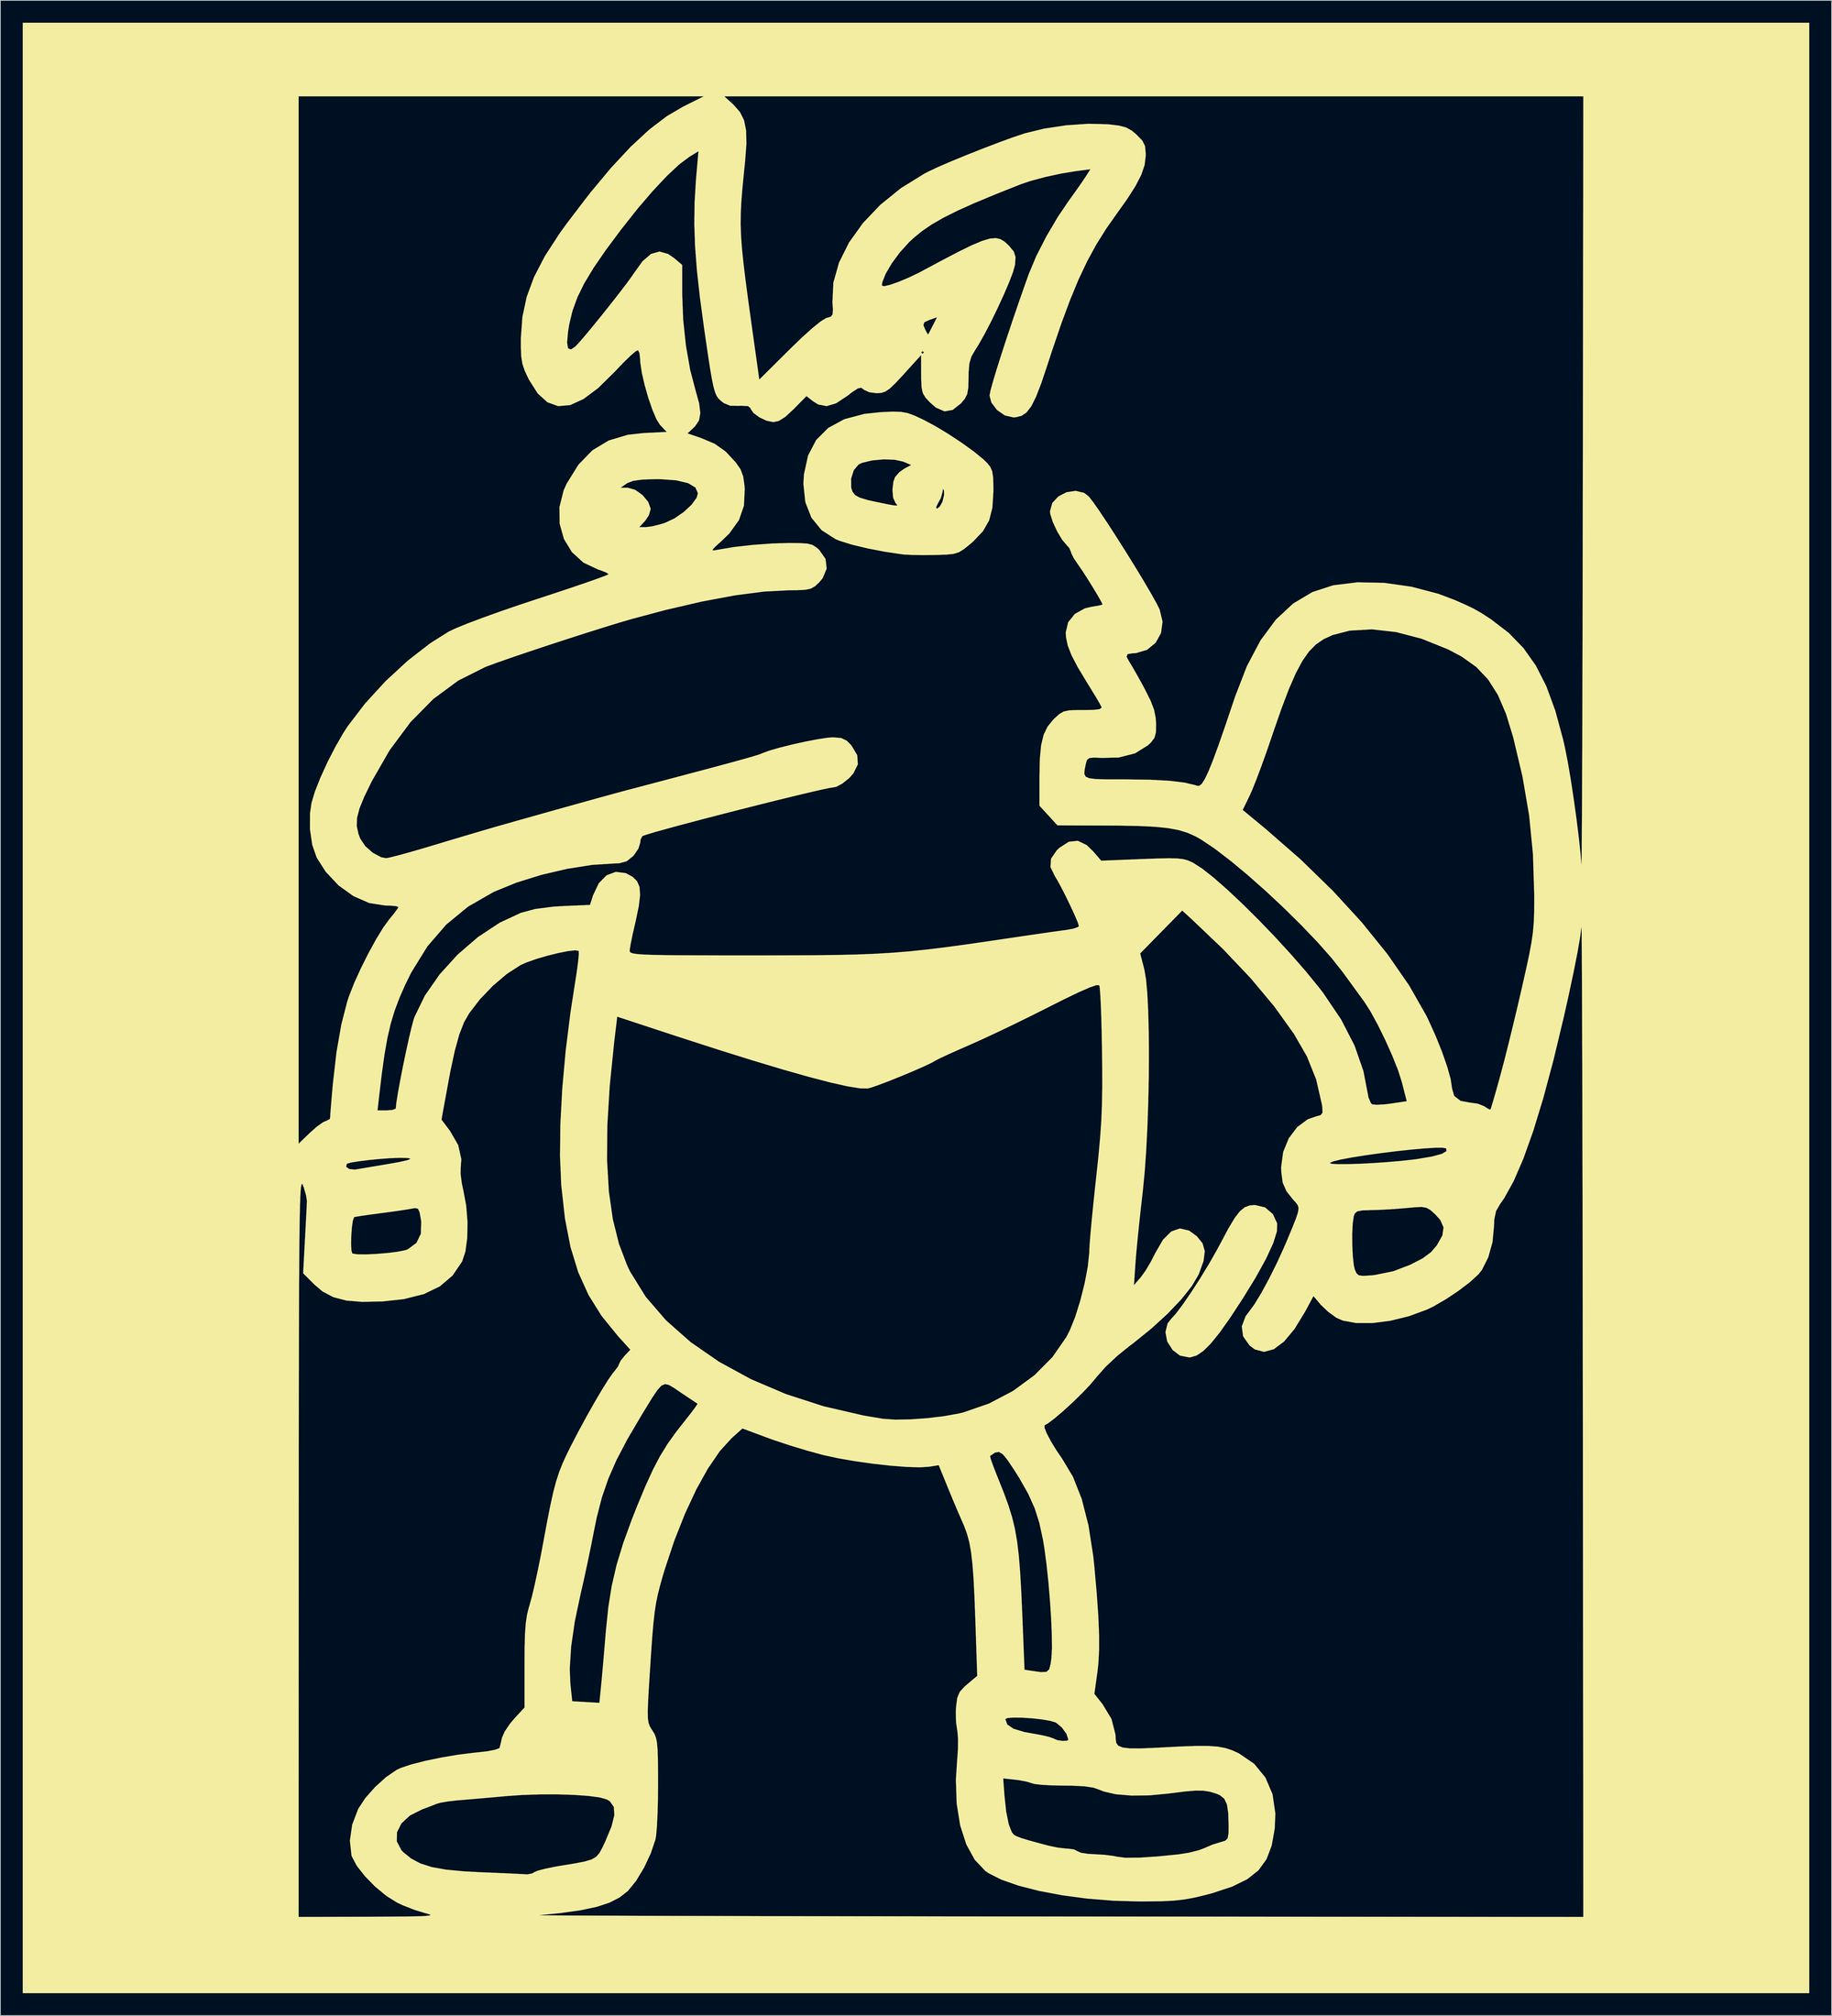
<source format=kicad_pcb>
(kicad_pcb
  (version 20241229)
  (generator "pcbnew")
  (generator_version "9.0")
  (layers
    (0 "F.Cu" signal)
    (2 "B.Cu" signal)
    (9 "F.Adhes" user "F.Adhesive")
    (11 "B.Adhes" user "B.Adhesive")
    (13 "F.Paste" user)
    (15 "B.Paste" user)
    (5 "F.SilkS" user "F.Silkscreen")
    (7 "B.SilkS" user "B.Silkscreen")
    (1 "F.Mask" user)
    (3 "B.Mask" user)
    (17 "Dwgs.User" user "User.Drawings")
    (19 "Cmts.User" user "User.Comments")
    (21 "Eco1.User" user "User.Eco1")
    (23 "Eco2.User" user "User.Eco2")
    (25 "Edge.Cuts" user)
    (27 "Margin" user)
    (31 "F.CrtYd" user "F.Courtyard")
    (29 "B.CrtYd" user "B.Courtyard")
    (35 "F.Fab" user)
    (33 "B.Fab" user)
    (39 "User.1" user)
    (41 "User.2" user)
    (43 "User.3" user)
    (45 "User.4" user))
  (footprint "v1invert"
    (layer "F.Cu")
    (at 119.949 132.297)
    (property "Reference" "v1invert" (at 0 0 0) (layer "F.SilkS") (effects (font (size 1.524 1.524) (thickness 0.3))))
    (attr through_hole)
    (fp_poly (pts (xy 46.866 26.782) (xy 47.915 27.676) (xy 48.495 28.928) (xy 48.461 30.007) (xy 47.963 31.591) (xy 47.01 33.661) (xy 45.611 36.198) (xy 43.895 38.991) (xy 42.208 41.568) (xy 40.792 43.57) (xy 39.598 45.051) (xy 38.577 46.065) (xy 37.68 46.667) (xy 36.857 46.909) (xy 36.642 46.919) (xy 35.447 46.68) (xy 34.462 45.93) (xy 33.729 44.779) (xy 33.499 43.518) (xy 33.785 42.364) (xy 34.217 41.807) (xy 34.929 41.013) (xy 35.888 39.732) (xy 37.007 38.101) (xy 38.198 36.252) (xy 39.372 34.32) (xy 40.441 32.441) (xy 40.904 31.574) (xy 41.942 29.629) (xy 42.773 28.239) (xy 43.476 27.316) (xy 44.132 26.771) (xy 44.819 26.515) (xy 45.508 26.458) (xy 46.866 26.782)) (stroke (width 0.01) (type solid)) (fill yes) (layer "F.SilkS"))
    (fp_poly (pts (xy -2.03 -80.043) (xy -1.129 -79.88) (xy -0.193 -79.536) (xy 0.936 -79.012) (xy 2.557 -78.151) (xy 4.358 -77.065) (xy 6.161 -75.874) (xy 7.787 -74.699) (xy 9.057 -73.66) (xy 9.525 -73.206) (xy 9.969 -72.66) (xy 10.231 -72.068) (xy 10.358 -71.232) (xy 10.394 -69.956) (xy 10.393 -69.38) (xy 10.259 -67.188) (xy 9.822 -65.469) (xy 8.995 -64.022) (xy 7.691 -62.649) (xy 7.308 -62.317) (xy 6.468 -61.632) (xy 5.794 -61.208) (xy 5.068 -60.977) (xy 4.076 -60.872) (xy 2.601 -60.824) (xy 2.545 -60.823) (xy 0.97 -60.807) (xy -0.487 -60.829) (xy -1.567 -60.884) (xy -1.764 -60.903) (xy -4.168 -61.257) (xy -6.509 -61.708) (xy -8.599 -62.212) (xy -10.255 -62.729) (xy -10.797 -62.95) (xy -12.678 -64.16) (xy -14.038 -65.828) (xy -14.59 -67.233) (xy 2.688 -67.233) (xy 2.811 -67.028) (xy 3.199 -67.321) (xy 3.551 -67.97) (xy 3.768 -68.859) (xy 3.759 -69.469) (xy 3.634 -69.724) (xy 3.569 -69.311) (xy 3.337 -68.474) (xy 2.979 -67.812) (xy 2.688 -67.233) (xy -14.59 -67.233) (xy -14.857 -67.914) (xy -15.119 -70.382) (xy -15.079 -71.077) (xy -8.712 -71.077) (xy -8.706 -69.879) (xy -8.541 -69.343) (xy -8.194 -68.875) (xy -7.544 -68.513) (xy -6.435 -68.186) (xy -5.586 -67.998) (xy -4.055 -67.682) (xy -3.105 -67.502) (xy -2.628 -67.451) (xy -2.515 -67.522) (xy -2.655 -67.707) (xy -2.752 -67.804) (xy -3.066 -68.51) (xy -3.162 -69.571) (xy -3.032 -70.67) (xy -2.813 -71.278) (xy -2.233 -71.946) (xy -1.541 -72.431) (xy -0.63 -72.908) (xy -1.738 -73.367) (xy -2.878 -73.618) (xy -4.362 -73.664) (xy -5.9 -73.522) (xy -7.198 -73.213) (xy -7.704 -72.979) (xy -8.355 -72.211) (xy -8.712 -71.077) (xy -15.079 -71.077) (xy -15.046 -71.642) (xy -14.491 -74.181) (xy -13.403 -76.262) (xy -11.781 -77.886) (xy -9.622 -79.055) (xy -6.923 -79.771) (xy -4.713 -80.004) (xy -3.143 -80.07) (xy -2.03 -80.043)) (stroke (width 0.01) (type solid)) (fill yes) (layer "F.SilkS"))
    (fp_poly (pts (xy 119.944 132.292) (xy -119.944 132.292) (xy -119.944 122.061) (xy -82.903 122.061) (xy -73.466 122.031) (xy -70.668 122.019) (xy -68.516 122.002) (xy -66.951 121.975) (xy -65.913 121.934) (xy -65.343 121.876) (xy -65.235 121.823) (xy -50.624 121.823) (xy -50.417 121.835) (xy -49.538 121.847) (xy -48.018 121.86) (xy -45.89 121.872) (xy -43.186 121.885) (xy -39.939 121.897) (xy -36.181 121.91) (xy -31.944 121.922) (xy -27.262 121.933) (xy -22.166 121.945) (xy -16.689 121.956) (xy -10.864 121.966) (xy -4.722 121.975) (xy 1.703 121.984) (xy 8.379 121.992) (xy 15.274 121.999) (xy 18.785 122.002) (xy 89.606 122.061) (xy 89.544 54.769) (xy 89.537 47.959) (xy 89.529 41.356) (xy 89.52 34.991) (xy 89.51 28.898) (xy 89.5 23.11) (xy 89.488 17.661) (xy 89.476 12.582) (xy 89.464 7.908) (xy 89.451 3.672) (xy 89.438 -0.094) (xy 89.425 -3.356) (xy 89.411 -6.08) (xy 89.398 -8.235) (xy 89.384 -9.787) (xy 89.371 -10.702) (xy 89.358 -10.948) (xy 89.356 -10.936) (xy 89.18 -9.526) (xy 88.827 -7.48) (xy 88.307 -4.842) (xy 87.628 -1.657) (xy 86.981 1.235) (xy 85.597 7.01) (xy 84.234 12.098) (xy 82.892 16.495) (xy 81.572 20.198) (xy 80.276 23.204) (xy 79.004 25.509) (xy 78.442 26.315) (xy 77.892 27.265) (xy 77.647 28.401) (xy 77.611 29.339) (xy 77.407 31.458) (xy 76.845 33.476) (xy 76.002 35.155) (xy 75.536 35.755) (xy 74.412 36.79) (xy 72.875 37.961) (xy 71.153 39.11) (xy 69.477 40.08) (xy 68.615 40.498) (xy 66.179 41.395) (xy 63.685 42.005) (xy 61.278 42.314) (xy 59.104 42.309) (xy 57.308 41.977) (xy 56.444 41.599) (xy 55.353 40.805) (xy 54.358 39.858) (xy 54.291 39.78) (xy 53.371 38.692) (xy 52.249 40.777) (xy 50.823 43.112) (xy 49.417 44.798) (xy 48.049 45.823) (xy 46.736 46.177) (xy 45.495 45.85) (xy 44.785 45.315) (xy 43.923 44.088) (xy 43.747 42.761) (xy 44.258 41.4) (xy 44.722 40.784) (xy 45.469 39.762) (xy 46.395 38.231) (xy 47.421 36.341) (xy 48.467 34.239) (xy 49.456 32.073) (xy 49.77 31.335) (xy 50.196 30.311) (xy 58.575 30.311) (xy 58.582 31.875) (xy 58.656 33.38) (xy 58.793 34.587) (xy 58.924 35.128) (xy 59.154 35.639) (xy 59.471 35.906) (xy 60.061 35.979) (xy 61.109 35.913) (xy 61.563 35.871) (xy 64.121 35.348) (xy 66.403 34.472) (xy 68.023 33.631) (xy 69.146 32.803) (xy 69.938 31.881) (xy 70.684 30.551) (xy 70.839 29.462) (xy 70.395 28.456) (xy 69.723 27.717) (xy 69.09 27.148) (xy 68.556 26.833) (xy 67.904 26.721) (xy 66.916 26.765) (xy 65.93 26.859) (xy 64.238 27) (xy 62.451 27.103) (xy 61.16 27.142) (xy 59.949 27.182) (xy 59.264 27.31) (xy 58.925 27.59) (xy 58.783 27.958) (xy 58.641 28.926) (xy 58.575 30.311) (xy 50.196 30.311) (xy 50.515 29.547) (xy 51.017 28.29) (xy 51.296 27.442) (xy 51.374 26.882) (xy 51.27 26.487) (xy 51.006 26.134) (xy 50.71 25.817) (xy 49.759 24.63) (xy 49.242 23.457) (xy 49.048 22.002) (xy 49.036 21.352) (xy 49.108 20.818) (xy 55.56 20.818) (xy 55.804 20.927) (xy 56.626 20.978) (xy 57.901 20.975) (xy 59.506 20.926) (xy 61.316 20.834) (xy 63.207 20.706) (xy 65.053 20.548) (xy 66.732 20.364) (xy 67.331 20.285) (xy 69.308 19.948) (xy 70.614 19.592) (xy 71.239 19.222) (xy 71.191 18.862) (xy 70.713 18.767) (xy 69.666 18.774) (xy 68.177 18.868) (xy 66.373 19.031) (xy 64.38 19.249) (xy 62.326 19.506) (xy 60.336 19.785) (xy 58.538 20.071) (xy 57.059 20.348) (xy 56.025 20.601) (xy 55.564 20.813) (xy 55.56 20.818) (xy 49.108 20.818) (xy 49.307 19.34) (xy 50.055 17.511) (xy 51.186 16.002) (xy 52.604 14.954) (xy 53.694 14.573) (xy 54.339 14.394) (xy 54.592 14.058) (xy 54.561 13.339) (xy 54.498 12.916) (xy 53.738 9.61) (xy 52.496 6.505) (xy 50.759 3.494) (xy 48.105 -0.208) (xy 44.941 -3.994) (xy 41.218 -7.919) (xy 37.012 -11.924) (xy 35.747 -13.078) (xy 30.102 -7.318) (xy 30.661 -5.158) (xy 30.884 -3.867) (xy 31.056 -1.977) (xy 31.178 0.406) (xy 31.251 3.177) (xy 31.276 6.231) (xy 31.254 9.461) (xy 31.184 12.764) (xy 31.069 16.034) (xy 30.909 19.164) (xy 30.704 22.051) (xy 30.456 24.589) (xy 30.444 24.694) (xy 30.178 27.021) (xy 29.927 29.347) (xy 29.711 31.485) (xy 29.547 33.25) (xy 29.471 34.219) (xy 29.267 37.218) (xy 30.189 36.16) (xy 30.832 35.269) (xy 31.568 34.023) (xy 32.128 32.922) (xy 33.166 31.122) (xy 34.273 30.017) (xy 35.444 29.611) (xy 36.674 29.904) (xy 37.71 30.657) (xy 38.476 31.601) (xy 38.776 32.656) (xy 38.616 33.963) (xy 38.002 35.662) (xy 37.925 35.839) (xy 37.03 37.361) (xy 35.617 39.135) (xy 33.78 41.063) (xy 31.613 43.047) (xy 29.21 44.989) (xy 28.671 45.392) (xy 27.017 46.728) (xy 25.471 48.181) (xy 24.273 49.526) (xy 24.186 49.64) (xy 23.382 50.595) (xy 22.287 51.745) (xy 21.035 52.965) (xy 19.763 54.131) (xy 18.604 55.118) (xy 17.694 55.8) (xy 17.271 56.032) (xy 17.252 56.371) (xy 17.562 57.144) (xy 18.124 58.208) (xy 18.864 59.419) (xy 19.608 60.501) (xy 21.073 62.953) (xy 22.251 65.928) (xy 23.156 69.469) (xy 23.801 73.617) (xy 23.943 74.965) (xy 24.266 78.593) (xy 24.478 81.62) (xy 24.584 84.145) (xy 24.585 86.262) (xy 24.485 88.069) (xy 24.359 89.178) (xy 23.951 92.103) (xy 25.05 93.49) (xy 26.252 95.485) (xy 26.785 97.566) (xy 26.811 98.134) (xy 26.884 98.683) (xy 27.164 99.069) (xy 27.745 99.31) (xy 28.721 99.425) (xy 30.185 99.43) (xy 32.23 99.345) (xy 32.954 99.305) (xy 35.61 99.166) (xy 37.68 99.095) (xy 39.281 99.102) (xy 40.528 99.194) (xy 41.54 99.382) (xy 42.432 99.674) (xy 43.322 100.079) (xy 43.377 100.106) (xy 45.413 101.501) (xy 46.919 103.34) (xy 47.872 105.579) (xy 48.254 108.175) (xy 48.167 110.204) (xy 47.764 112.465) (xy 47.068 114.299) (xy 46.002 115.782) (xy 44.488 116.986) (xy 42.449 117.987) (xy 39.806 118.858) (xy 38.842 119.116) (xy 37.357 119.471) (xy 36.012 119.715) (xy 34.612 119.869) (xy 32.965 119.951) (xy 30.875 119.98) (xy 29.986 119.981) (xy 26.472 119.88) (xy 22.985 119.595) (xy 19.633 119.148) (xy 16.522 118.56) (xy 13.76 117.853) (xy 11.455 117.047) (xy 9.714 116.165) (xy 9.323 115.892) (xy 7.89 114.382) (xy 6.754 112.311) (xy 5.937 109.77) (xy 5.464 106.847) (xy 5.357 103.634) (xy 5.368 103.458) (xy 11.708 103.458) (xy 11.88 105.792) (xy 12.113 107.955) (xy 12.45 109.614) (xy 12.87 110.693) (xy 13.144 111.02) (xy 13.498 111.224) (xy 14.107 111.458) (xy 15.088 111.759) (xy 16.559 112.165) (xy 17.856 112.508) (xy 19.072 112.757) (xy 20.214 112.885) (xy 20.393 112.889) (xy 21.225 112.993) (xy 21.696 113.242) (xy 22.142 113.441) (xy 23.066 113.587) (xy 23.922 113.636) (xy 25.254 113.712) (xy 26.467 113.861) (xy 26.988 113.969) (xy 28.125 114.113) (xy 29.939 114.102) (xy 32.433 113.937) (xy 35.278 113.655) (xy 36.685 113.428) (xy 37.982 113.1) (xy 38.714 112.821) (xy 39.83 112.344) (xy 40.915 112.009) (xy 40.919 112.008) (xy 41.536 111.826) (xy 41.851 111.501) (xy 41.966 110.832) (xy 41.981 109.906) (xy 41.933 108.151) (xy 41.756 106.959) (xy 41.398 106.192) (xy 40.809 105.712) (xy 40.359 105.516) (xy 39.481 105.246) (xy 38.59 105.106) (xy 37.519 105.094) (xy 36.102 105.211) (xy 34.172 105.454) (xy 33.968 105.482) (xy 31.384 105.731) (xy 28.957 105.763) (xy 26.841 105.587) (xy 25.189 105.209) (xy 24.69 105.002) (xy 23.826 104.7) (xy 22.612 104.515) (xy 20.905 104.432) (xy 19.855 104.422) (xy 18.26 104.394) (xy 16.89 104.317) (xy 15.923 104.206) (xy 15.587 104.116) (xy 14.884 103.893) (xy 13.814 103.693) (xy 13.35 103.634) (xy 11.708 103.458) (xy 5.368 103.458) (xy 5.503 101.361) (xy 5.628 99.652) (xy 5.648 98.158) (xy 5.56 97.097) (xy 5.528 96.952) (xy 5.379 95.904) (xy 5.369 95.491) (xy 11.994 95.491) (xy 12.262 96.222) (xy 13.1 96.792) (xy 14.56 97.23) (xy 15.522 97.405) (xy 16.84 97.642) (xy 17.889 97.889) (xy 18.469 98.097) (xy 18.503 98.122) (xy 18.993 98.325) (xy 19.696 98.423) (xy 20.287 98.391) (xy 20.461 98.265) (xy 20.203 97.473) (xy 19.579 96.608) (xy 18.819 95.979) (xy 18.747 95.943) (xy 18.007 95.721) (xy 16.892 95.532) (xy 15.581 95.388) (xy 14.256 95.301) (xy 13.096 95.283) (xy 12.282 95.346) (xy 11.994 95.491) (xy 5.369 95.491) (xy 5.345 94.558) (xy 5.38 93.862) (xy 5.536 92.662) (xy 5.859 91.86) (xy 6.501 91.147) (xy 6.88 90.818) (xy 8.223 89.69) (xy 7.972 82.229) (xy 7.856 79.133) (xy 7.73 76.64) (xy 7.58 74.646) (xy 7.394 73.048) (xy 7.158 71.743) (xy 6.857 70.627) (xy 6.48 69.597) (xy 6.259 69.084) (xy 5.715 67.839) (xy 5.039 66.245) (xy 4.36 64.608) (xy 4.234 64.299) (xy 3.051 61.395) (xy 1.712 61.609) (xy 0.479 61.684) (xy -1.283 61.63) (xy -3.414 61.464) (xy -5.752 61.204) (xy -8.137 60.869) (xy -10.409 60.476) (xy -11.844 60.165) (xy 9.943 60.165) (xy 10.018 60.507) (xy 10.311 61.349) (xy 10.77 62.541) (xy 11.035 63.2) (xy 11.791 65.095) (xy 12.404 66.773) (xy 12.893 68.346) (xy 13.277 69.928) (xy 13.575 71.63) (xy 13.807 73.566) (xy 13.99 75.847) (xy 14.145 78.587) (xy 14.29 81.898) (xy 14.319 82.62) (xy 14.566 88.863) (xy 15.485 89.005) (xy 16.762 89.183) (xy 17.509 89.151) (xy 17.895 88.802) (xy 18.089 88.029) (xy 18.187 87.287) (xy 18.258 86.01) (xy 18.242 84.193) (xy 18.149 81.994) (xy 17.991 79.57) (xy 17.78 77.08) (xy 17.525 74.681) (xy 17.239 72.533) (xy 17.059 71.438) (xy 16.567 69.157) (xy 15.933 67.164) (xy 15.062 65.223) (xy 13.855 63.101) (xy 13.181 62.032) (xy 12.298 60.707) (xy 11.653 59.923) (xy 11.128 59.613) (xy 10.607 59.709) (xy 9.97 60.143) (xy 9.943 60.165) (xy -11.844 60.165) (xy -12.406 60.043) (xy -12.541 60.009) (xy -14.599 59.447) (xy -16.869 58.76) (xy -18.99 58.06) (xy -19.855 57.75) (xy -23.306 56.467) (xy -24.766 57.779) (xy -26.325 59.487) (xy -27.919 61.81) (xy -29.505 64.657) (xy -31.036 67.942) (xy -32.471 71.576) (xy -33.765 75.472) (xy -34.02 76.331) (xy -34.384 77.623) (xy -34.674 78.775) (xy -34.906 79.908) (xy -35.096 81.145) (xy -35.26 82.608) (xy -35.416 84.419) (xy -35.578 86.7) (xy -35.747 89.316) (xy -35.891 91.623) (xy -35.984 93.336) (xy -36.021 94.566) (xy -35.998 95.421) (xy -35.91 96.013) (xy -35.751 96.452) (xy -35.518 96.847) (xy -35.403 97.016) (xy -35.125 97.469) (xy -34.923 97.97) (xy -34.786 98.636) (xy -34.702 99.585) (xy -34.656 100.934) (xy -34.637 102.802) (xy -34.634 104.185) (xy -34.652 106.295) (xy -34.707 108.262) (xy -34.793 109.931) (xy -34.901 111.153) (xy -34.986 111.654) (xy -35.619 113.528) (xy -36.529 115.462) (xy -37.584 117.21) (xy -38.65 118.527) (xy -38.722 118.597) (xy -39.807 119.445) (xy -41.164 120.139) (xy -42.883 120.704) (xy -45.051 121.163) (xy -47.758 121.541) (xy -50.624 121.823) (xy -65.235 121.823) (xy -65.183 121.797) (xy -65.371 121.693) (xy -65.85 121.561) (xy -65.907 121.547) (xy -67.347 121.105) (xy -68.921 120.488) (xy -69.673 120.137) (xy -71.139 119.216) (xy -72.634 117.977) (xy -74.002 116.58) (xy -75.091 115.186) (xy -75.745 113.953) (xy -75.8 113.78) (xy -76.006 111.919) (xy -69.717 111.919) (xy -69.111 113.086) (xy -68.852 113.361) (xy -67.791 114.218) (xy -66.552 114.876) (xy -65.025 115.364) (xy -63.099 115.71) (xy -60.666 115.941) (xy -58.385 116.06) (xy -56.427 116.139) (xy -54.693 116.215) (xy -53.317 116.281) (xy -52.433 116.33) (xy -52.193 116.349) (xy -51.491 116.205) (xy -51.294 116.064) (xy -50.806 115.854) (xy -49.799 115.588) (xy -48.453 115.312) (xy -47.784 115.197) (xy -45.858 114.881) (xy -44.496 114.621) (xy -43.569 114.347) (xy -42.947 113.987) (xy -42.499 113.472) (xy -42.097 112.73) (xy -41.704 111.889) (xy -40.877 109.895) (xy -40.503 108.378) (xy -40.58 107.277) (xy -41.106 106.529) (xy -41.541 106.267) (xy -42.491 106.006) (xy -44.007 105.805) (xy -45.949 105.668) (xy -48.18 105.6) (xy -50.561 105.605) (xy -52.954 105.687) (xy -55.033 105.833) (xy -56.966 106.008) (xy -58.869 106.175) (xy -60.509 106.316) (xy -61.56 106.402) (xy -62.828 106.542) (xy -63.894 106.729) (xy -64.382 106.871) (xy -65.198 107.197) (xy -66.233 107.585) (xy -66.322 107.617) (xy -67.956 108.439) (xy -69.095 109.496) (xy -69.697 110.689) (xy -69.717 111.919) (xy -76.006 111.919) (xy -76.016 111.823) (xy -75.704 109.67) (xy -74.898 107.551) (xy -74.89 107.536) (xy -73.943 106.099) (xy -72.633 104.618) (xy -71.165 103.292) (xy -69.743 102.317) (xy -69.259 102.08) (xy -67.842 101.601) (xy -65.932 101.112) (xy -63.736 100.654) (xy -61.466 100.272) (xy -59.328 100.007) (xy -58.966 99.974) (xy -57.601 99.818) (xy -56.546 99.618) (xy -55.969 99.407) (xy -55.913 99.342) (xy -55.756 98.729) (xy -55.58 97.963) (xy -55.221 97.154) (xy -54.53 96.13) (xy -53.963 95.454) (xy -52.564 93.936) (xy -52.564 88.758) (xy -46.497 88.758) (xy -46.41 90.778) (xy -46.161 93.098) (xy -44.336 93.204) (xy -42.51 93.31) (xy -42.282 91.017) (xy -42.167 89.797) (xy -42.015 88.085) (xy -41.843 86.09) (xy -41.671 84.024) (xy -41.639 83.639) (xy -41.312 80.464) (xy -40.849 77.578) (xy -40.201 74.782) (xy -39.317 71.876) (xy -38.147 68.661) (xy -37.448 66.895) (xy -36.333 64.216) (xy -35.345 62.046) (xy -34.394 60.225) (xy -33.39 58.59) (xy -32.243 56.98) (xy -31.166 55.605) (xy -30.314 54.527) (xy -29.681 53.683) (xy -29.36 53.201) (xy -29.343 53.136) (xy -29.67 52.921) (xy -30.428 52.415) (xy -31.465 51.721) (xy -31.632 51.609) (xy -32.516 51.008) (xy -33.174 50.621) (xy -33.701 50.507) (xy -34.192 50.723) (xy -34.741 51.327) (xy -35.445 52.378) (xy -36.397 53.933) (xy -36.959 54.857) (xy -38.778 57.953) (xy -40.208 60.683) (xy -41.319 63.219) (xy -42.182 65.731) (xy -42.867 68.39) (xy -43.203 70.026) (xy -43.638 72.236) (xy -44.129 74.602) (xy -44.614 76.841) (xy -45.035 78.669) (xy -45.035 78.669) (xy -45.822 82.4) (xy -46.313 85.797) (xy -46.497 88.758) (xy -52.564 88.758) (xy -52.564 88.113) (xy -52.55 85.77) (xy -52.498 83.985) (xy -52.397 82.614) (xy -52.233 81.508) (xy -51.994 80.523) (xy -51.869 80.114) (xy -51.569 79.022) (xy -51.188 77.407) (xy -50.764 75.441) (xy -50.334 73.297) (xy -50.073 71.905) (xy -49.55 69.082) (xy -49.106 66.834) (xy -48.707 65.035) (xy -48.319 63.565) (xy -47.907 62.299) (xy -47.436 61.115) (xy -46.871 59.89) (xy -46.434 59.006) (xy -45.4 57.007) (xy -44.303 54.978) (xy -43.213 53.043) (xy -42.202 51.325) (xy -41.342 49.946) (xy -40.702 49.03) (xy -40.54 48.837) (xy -40.044 48.203) (xy -39.864 47.801) (xy -39.644 47.35) (xy -39.114 46.696) (xy -39.112 46.693) (xy -38.359 45.892) (xy -40.047 44.025) (xy -42.219 41.347) (xy -43.974 38.537) (xy -45.352 35.487) (xy -46.394 32.091) (xy -47.139 28.241) (xy -47.629 23.829) (xy -47.64 23.689) (xy -47.778 20.432) (xy -41.489 20.432) (xy -41.244 24.637) (xy -40.711 28.374) (xy -39.886 31.689) (xy -38.766 34.626) (xy -38.378 35.429) (xy -36.286 38.796) (xy -33.565 41.952) (xy -30.269 44.867) (xy -26.45 47.51) (xy -22.164 49.849) (xy -17.463 51.853) (xy -12.4 53.491) (xy -7.03 54.733) (xy -4.41 55.171) (xy -2.811 55.283) (xy -0.76 55.248) (xy 1.509 55.087) (xy 3.762 54.817) (xy 5.766 54.457) (xy 6.35 54.317) (xy 9.81 53.121) (xy 13.027 51.43) (xy 15.9 49.326) (xy 18.322 46.887) (xy 20.191 44.193) (xy 20.645 43.314) (xy 21.377 41.495) (xy 22.064 39.299) (xy 22.648 36.968) (xy 23.069 34.743) (xy 23.269 32.864) (xy 23.278 32.512) (xy 23.318 31.722) (xy 23.428 30.354) (xy 23.595 28.531) (xy 23.809 26.377) (xy 24.057 24.013) (xy 24.189 22.811) (xy 24.5 19.892) (xy 24.727 17.416) (xy 24.882 15.176) (xy 24.973 12.967) (xy 25.01 10.581) (xy 25.003 7.813) (xy 24.983 5.997) (xy 24.941 3.584) (xy 24.885 1.397) (xy 24.817 -0.461) (xy 24.742 -1.89) (xy 24.664 -2.789) (xy 24.608 -3.05) (xy 24.23 -3.063) (xy 23.309 -2.749) (xy 21.829 -2.099) (xy 19.771 -1.107) (xy 17.906 -0.167) (xy 15.598 0.993) (xy 13.166 2.185) (xy 10.803 3.317) (xy 8.702 4.295) (xy 7.232 4.951) (xy 5.62 5.657) (xy 4.234 6.28) (xy 3.208 6.758) (xy 2.676 7.031) (xy 2.646 7.051) (xy 2.046 7.388) (xy 0.953 7.901) (xy -0.466 8.522) (xy -2.043 9.181) (xy -3.611 9.81) (xy -5 10.338) (xy -6.044 10.698) (xy -6.488 10.813) (xy -7.513 10.795) (xy -9.18 10.526) (xy -11.473 10.013) (xy -14.376 9.258) (xy -17.872 8.267) (xy -21.945 7.045) (xy -26.579 5.594) (xy -31.759 3.921) (xy -32.849 3.563) (xy -40.121 1.17) (xy -40.525 4.554) (xy -41.126 10.435) (xy -41.449 15.713) (xy -41.489 20.432) (xy -47.778 20.432) (xy -47.801 19.868) (xy -47.749 15.516) (xy -47.492 10.769) (xy -47.039 5.764) (xy -46.4 0.638) (xy -45.819 -3.112) (xy -45.557 -4.781) (xy -45.371 -6.188) (xy -45.276 -7.193) (xy -45.289 -7.656) (xy -45.296 -7.666) (xy -45.784 -7.741) (xy -46.771 -7.627) (xy -48.086 -7.365) (xy -49.562 -6.997) (xy -51.03 -6.564) (xy -52.321 -6.107) (xy -53.104 -5.757) (xy -54.93 -4.578) (xy -56.811 -2.982) (xy -58.558 -1.16) (xy -59.983 0.696) (xy -60.691 1.922) (xy -61.313 3.519) (xy -61.922 5.706) (xy -62.531 8.534) (xy -62.718 9.525) (xy -63.72 14.993) (xy -62.56 16.532) (xy -61.472 18.427) (xy -61.053 20.311) (xy -61.136 21.436) (xy -61.149 22.299) (xy -60.992 23.529) (xy -60.78 24.518) (xy -60.396 26.569) (xy -60.224 28.747) (xy -60.26 30.853) (xy -60.501 32.684) (xy -60.943 34.039) (xy -60.945 34.043) (xy -62.223 35.922) (xy -63.919 37.373) (xy -66.086 38.423) (xy -68.78 39.099) (xy -71.614 39.405) (xy -74.335 39.469) (xy -76.506 39.288) (xy -78.251 38.83) (xy -79.69 38.066) (xy -80.746 37.174) (xy -82.292 35.628) (xy -82.078 31.65) (xy -75.857 31.65) (xy -75.817 32.537) (xy -75.699 32.967) (xy -75.689 32.974) (xy -75.04 33.082) (xy -73.902 33.097) (xy -72.481 33.034) (xy -70.985 32.909) (xy -69.619 32.737) (xy -68.592 32.534) (xy -68.246 32.415) (xy -67.081 31.552) (xy -66.487 30.329) (xy -66.441 28.691) (xy -66.475 28.433) (xy -66.655 27.425) (xy -66.88 26.958) (xy -67.278 26.873) (xy -67.672 26.942) (xy -68.434 27.075) (xy -69.682 27.262) (xy -71.203 27.472) (xy -71.967 27.571) (xy -73.421 27.765) (xy -74.586 27.934) (xy -75.303 28.056) (xy -75.45 28.096) (xy -75.614 28.529) (xy -75.744 29.418) (xy -75.828 30.534) (xy -75.857 31.65) (xy -82.078 31.65) (xy -82.05 31.131) (xy -81.955 29.363) (xy -81.874 27.803) (xy -81.815 26.613) (xy -81.785 25.954) (xy -81.784 25.929) (xy -81.897 25.161) (xy -82.204 24.117) (xy -82.317 23.812) (xy -82.394 23.657) (xy -82.464 23.624) (xy -82.527 23.746) (xy -82.583 24.056) (xy -82.633 24.587) (xy -82.677 25.371) (xy -82.715 26.442) (xy -82.748 27.831) (xy -82.777 29.572) (xy -82.801 31.698) (xy -82.822 34.24) (xy -82.838 37.232) (xy -82.852 40.706) (xy -82.863 44.695) (xy -82.871 49.232) (xy -82.877 54.35) (xy -82.882 60.08) (xy -82.885 66.457) (xy -82.887 72.231) (xy -82.903 122.061) (xy -119.944 122.061) (xy -119.944 21.328) (xy -76.522 21.328) (xy -76.103 21.629) (xy -75.375 21.706) (xy -75.216 21.685) (xy -74.437 21.553) (xy -73.187 21.344) (xy -71.691 21.094) (xy -71.123 21) (xy -69.339 20.681) (xy -68.253 20.434) (xy -67.867 20.258) (xy -68.181 20.154) (xy -69.196 20.123) (xy -69.35 20.124) (xy -70.583 20.171) (xy -72.033 20.279) (xy -73.521 20.427) (xy -74.866 20.596) (xy -75.89 20.765) (xy -76.411 20.913) (xy -76.432 20.928) (xy -76.522 21.328) (xy -119.944 21.328) (xy -119.944 -122.414) (xy -82.903 -122.414) (xy -82.903 18.224) (xy -81.309 16.696) (xy -80.391 15.892) (xy -79.608 15.339) (xy -79.192 15.169) (xy -78.727 14.93) (xy -78.668 14.728) (xy -78.638 14.217) (xy -78.556 13.162) (xy -78.435 11.723) (xy -78.304 10.231) (xy -77.816 5.963) (xy -77.171 2.258) (xy -76.38 -0.828) (xy -76.129 -1.587) (xy -75.434 -3.353) (xy -74.53 -5.34) (xy -73.51 -7.371) (xy -72.468 -9.268) (xy -71.498 -10.852) (xy -70.732 -11.899) (xy -70.044 -12.739) (xy -69.595 -13.354) (xy -69.497 -13.55) (xy -69.815 -13.668) (xy -70.628 -13.744) (xy -71.283 -13.758) (xy -73.411 -14.089) (xy -75.541 -15.019) (xy -77.54 -16.456) (xy -79.276 -18.306) (xy -80.474 -20.192) (xy -81.067 -21.892) (xy -81.375 -23.963) (xy -81.374 -24.413) (xy -75.095 -24.413) (xy -74.863 -23.359) (xy -74.634 -22.751) (xy -73.95 -21.722) (xy -72.924 -20.819) (xy -71.807 -20.232) (xy -71.159 -20.11) (xy -70.623 -20.208) (xy -69.539 -20.481) (xy -68.034 -20.895) (xy -66.234 -21.415) (xy -64.809 -21.84) (xy -62.609 -22.503) (xy -60.36 -23.173) (xy -58.271 -23.791) (xy -56.549 -24.293) (xy -55.915 -24.474) (xy -53.08 -25.277) (xy -50.178 -26.095) (xy -47.33 -26.893) (xy -44.653 -27.639) (xy -42.27 -28.3) (xy -40.299 -28.841) (xy -38.861 -29.229) (xy -38.629 -29.291) (xy -34.627 -30.345) (xy -31.254 -31.237) (xy -28.459 -31.979) (xy -26.187 -32.587) (xy -24.387 -33.075) (xy -23.005 -33.457) (xy -21.989 -33.748) (xy -21.284 -33.963) (xy -20.84 -34.115) (xy -20.637 -34.201) (xy -19.736 -34.54) (xy -18.34 -34.944) (xy -16.651 -35.366) (xy -14.87 -35.761) (xy -13.199 -36.083) (xy -11.841 -36.288) (xy -11.168 -36.336) (xy -10.056 -36.248) (xy -9.297 -35.885) (xy -8.674 -35.251) (xy -7.894 -33.949) (xy -7.811 -32.699) (xy -8.428 -31.465) (xy -9.021 -30.822) (xy -9.91 -30.118) (xy -10.724 -29.692) (xy -11.013 -29.633) (xy -11.584 -29.547) (xy -12.734 -29.304) (xy -14.366 -28.928) (xy -16.386 -28.446) (xy -18.697 -27.88) (xy -21.202 -27.255) (xy -23.805 -26.596) (xy -26.411 -25.928) (xy -28.923 -25.275) (xy -31.245 -24.661) (xy -33.28 -24.112) (xy -34.934 -23.65) (xy -36.108 -23.302) (xy -36.709 -23.092) (xy -36.744 -23.073) (xy -36.985 -22.611) (xy -37.042 -22.135) (xy -37.277 -21.395) (xy -37.856 -20.54) (xy -37.99 -20.392) (xy -38.849 -19.698) (xy -39.844 -19.427) (xy -40.448 -19.403) (xy -43.47 -19.214) (xy -46.837 -18.684) (xy -50.313 -17.871) (xy -53.659 -16.828) (xy -56.638 -15.614) (xy -56.758 -15.557) (xy -60.155 -13.602) (xy -63.088 -11.189) (xy -65.61 -8.264) (xy -67.772 -4.772) (xy -68.615 -3.06) (xy -69.388 -1.29) (xy -70.019 0.394) (xy -70.54 2.125) (xy -70.98 4.033) (xy -71.371 6.252) (xy -71.743 8.913) (xy -72.118 12.083) (xy -72.306 13.758) (xy -71.078 13.758) (xy -70.264 13.688) (xy -69.86 13.515) (xy -69.85 13.48) (xy -69.775 12.728) (xy -69.571 11.448) (xy -69.271 9.8) (xy -68.908 7.942) (xy -68.513 6.032) (xy -68.12 4.231) (xy -67.76 2.697) (xy -67.466 1.59) (xy -67.352 1.239) (xy -65.947 -1.654) (xy -63.969 -4.495) (xy -61.55 -7.159) (xy -58.817 -9.518) (xy -55.9 -11.445) (xy -53.054 -12.769) (xy -51.126 -13.288) (xy -48.715 -13.6) (xy -47.375 -13.681) (xy -43.773 -13.837) (xy -43.363 -15.121) (xy -42.595 -16.74) (xy -41.551 -17.805) (xy -40.317 -18.273) (xy -38.979 -18.105) (xy -38.066 -17.615) (xy -37.464 -17.03) (xy -37.127 -16.251) (xy -37.049 -15.165) (xy -37.226 -13.659) (xy -37.65 -11.622) (xy -37.745 -11.223) (xy -38.068 -9.804) (xy -38.314 -8.597) (xy -38.441 -7.806) (xy -38.45 -7.673) (xy -38.416 -7.529) (xy -38.273 -7.41) (xy -37.963 -7.313) (xy -37.426 -7.235) (xy -36.603 -7.174) (xy -35.436 -7.129) (xy -33.866 -7.097) (xy -31.833 -7.076) (xy -29.278 -7.063) (xy -26.144 -7.057) (xy -22.37 -7.056) (xy -21.846 -7.056) (xy -17.597 -7.059) (xy -13.946 -7.076) (xy -10.781 -7.112) (xy -7.996 -7.176) (xy -5.481 -7.274) (xy -3.127 -7.415) (xy -0.825 -7.605) (xy 1.533 -7.851) (xy 4.057 -8.161) (xy 6.855 -8.543) (xy 10.037 -9.003) (xy 12.524 -9.372) (xy 14.639 -9.685) (xy 16.639 -9.977) (xy 18.364 -10.224) (xy 19.655 -10.403) (xy 20.197 -10.474) (xy 21.172 -10.654) (xy 21.777 -10.879) (xy 21.872 -10.995) (xy 21.721 -11.493) (xy 21.322 -12.44) (xy 20.761 -13.661) (xy 20.12 -14.982) (xy 19.484 -16.23) (xy 18.937 -17.229) (xy 18.648 -17.693) (xy 18.06 -18.918) (xy 18.135 -20.041) (xy 18.889 -21.149) (xy 19.277 -21.517) (xy 20.535 -22.322) (xy 21.732 -22.442) (xy 22.917 -21.87) (xy 23.812 -21.002) (xy 24.871 -19.775) (xy 30.341 -19.993) (xy 32.449 -20.07) (xy 33.987 -20.101) (xy 35.085 -20.074) (xy 35.877 -19.982) (xy 36.497 -19.814) (xy 37.076 -19.559) (xy 37.22 -19.486) (xy 38.427 -18.712) (xy 39.996 -17.472) (xy 41.843 -15.85) (xy 43.884 -13.93) (xy 46.038 -11.793) (xy 48.22 -9.524) (xy 50.348 -7.204) (xy 52.339 -4.919) (xy 54.11 -2.749) (xy 54.674 -2.017) (xy 57.08 1.543) (xy 58.89 5.062) (xy 60.076 8.476) (xy 60.517 10.759) (xy 60.761 12.032) (xy 61.094 12.8) (xy 61.273 12.951) (xy 61.881 13.006) (xy 62.925 12.947) (xy 63.839 12.834) (xy 65.897 12.524) (xy 65.232 9.918) (xy 64.73 8.354) (xy 63.959 6.413) (xy 63.017 4.306) (xy 62.002 2.246) (xy 61.016 0.443) (xy 60.194 -0.839) (xy 59.63 -1.612) (xy 58.792 -2.763) (xy 57.822 -4.098) (xy 57.338 -4.763) (xy 55.835 -6.667) (xy 53.949 -8.803) (xy 51.778 -11.08) (xy 49.421 -13.408) (xy 46.976 -15.694) (xy 44.541 -17.849) (xy 42.215 -19.782) (xy 40.097 -21.402) (xy 38.284 -22.617) (xy 37.519 -23.048) (xy 36.45 -23.523) (xy 35.261 -23.885) (xy 33.842 -24.149) (xy 32.084 -24.328) (xy 29.877 -24.436) (xy 27.114 -24.487) (xy 25.991 -24.493) (xy 18.997 -24.518) (xy 17.789 -25.836) (xy 17.099 -26.588) (xy 43.868 -26.588) (xy 46.893 -24.088) (xy 51.621 -19.965) (xy 55.974 -15.73) (xy 59.896 -11.45) (xy 63.328 -7.192) (xy 66.216 -3.022) (xy 68.503 0.994) (xy 68.795 1.587) (xy 69.784 3.773) (xy 70.645 5.922) (xy 71.329 7.889) (xy 71.786 9.532) (xy 71.966 10.705) (xy 71.967 10.772) (xy 72.27 11.814) (xy 73.127 12.483) (xy 74.373 12.711) (xy 75.438 12.857) (xy 76.294 13.197) (xy 76.351 13.237) (xy 76.907 13.592) (xy 77.136 13.646) (xy 77.262 13.286) (xy 77.536 12.373) (xy 77.919 11.038) (xy 78.373 9.407) (xy 78.484 9.002) (xy 78.967 7.179) (xy 79.55 4.87) (xy 80.185 2.282) (xy 80.821 -0.383) (xy 81.38 -2.795) (xy 81.938 -5.275) (xy 82.354 -7.224) (xy 82.648 -8.798) (xy 82.841 -10.153) (xy 82.954 -11.445) (xy 83.007 -12.829) (xy 83.02 -14.462) (xy 83.019 -15.169) (xy 82.847 -20.651) (xy 82.333 -25.86) (xy 81.441 -31.073) (xy 80.194 -36.336) (xy 79.23 -39.489) (xy 78.133 -42.044) (xy 76.824 -44.11) (xy 75.224 -45.792) (xy 73.253 -47.197) (xy 71.438 -48.156) (xy 67.903 -49.576) (xy 64.467 -50.475) (xy 61.213 -50.841) (xy 58.228 -50.666) (xy 55.935 -50.072) (xy 54.764 -49.539) (xy 53.727 -48.832) (xy 52.782 -47.878) (xy 51.886 -46.606) (xy 50.996 -44.943) (xy 50.068 -42.818) (xy 49.059 -40.159) (xy 47.926 -36.894) (xy 47.818 -36.571) (xy 47.096 -34.469) (xy 46.368 -32.443) (xy 45.695 -30.653) (xy 45.137 -29.261) (xy 44.847 -28.61) (xy 43.868 -26.588) (xy 17.099 -26.588) (xy 16.581 -27.154) (xy 16.581 -31.087) (xy 16.631 -33.469) (xy 16.806 -35.287) (xy 17.14 -36.676) (xy 17.667 -37.771) (xy 18.424 -38.707) (xy 18.581 -38.864) (xy 19.239 -39.459) (xy 19.827 -39.803) (xy 20.57 -39.963) (xy 21.689 -40.004) (xy 22.429 -40.001) (xy 23.844 -40.02) (xy 24.647 -40.12) (xy 24.924 -40.315) (xy 24.912 -40.414) (xy 24.659 -40.891) (xy 24.122 -41.805) (xy 23.394 -43) (xy 22.974 -43.675) (xy 21.744 -45.718) (xy 20.897 -47.335) (xy 20.381 -48.652) (xy 20.142 -49.796) (xy 20.108 -50.424) (xy 20.435 -51.792) (xy 21.333 -52.91) (xy 22.682 -53.659) (xy 23.597 -53.873) (xy 24.493 -54.017) (xy 25.003 -54.146) (xy 25.047 -54.179) (xy 24.871 -54.565) (xy 24.413 -55.374) (xy 23.774 -56.438) (xy 23.059 -57.588) (xy 22.371 -58.657) (xy 21.811 -59.477) (xy 21.721 -59.6) (xy 21.158 -60.445) (xy 20.84 -61.098) (xy 20.814 -61.232) (xy 20.568 -61.791) (xy 20.296 -62.08) (xy 19.637 -62.855) (xy 18.95 -64.005) (xy 18.368 -65.259) (xy 18.029 -66.345) (xy 17.992 -66.688) (xy 18.303 -67.801) (xy 19.109 -68.68) (xy 20.217 -69.25) (xy 21.436 -69.436) (xy 22.572 -69.164) (xy 23.179 -68.703) (xy 23.763 -67.96) (xy 24.628 -66.726) (xy 25.7 -65.119) (xy 26.905 -63.259) (xy 28.168 -61.264) (xy 29.415 -59.252) (xy 30.571 -57.343) (xy 31.562 -55.654) (xy 32.314 -54.305) (xy 32.718 -53.494) (xy 33.106 -51.869) (xy 32.899 -50.338) (xy 32.179 -49.035) (xy 31.028 -48.092) (xy 29.528 -47.644) (xy 29.122 -47.625) (xy 28.409 -47.524) (xy 28.278 -47.151) (xy 28.691 -46.397) (xy 28.702 -46.381) (xy 29.083 -45.761) (xy 29.686 -44.707) (xy 30.403 -43.408) (xy 30.687 -42.882) (xy 31.489 -41.29) (xy 31.965 -40.047) (xy 32.189 -38.926) (xy 32.236 -38.18) (xy 32.216 -37.014) (xy 32.019 -36.261) (xy 31.537 -35.632) (xy 31.146 -35.267) (xy 29.418 -34.191) (xy 27.233 -33.633) (xy 25.017 -33.574) (xy 23.871 -33.621) (xy 23.241 -33.547) (xy 22.944 -33.275) (xy 22.791 -32.732) (xy 22.78 -32.676) (xy 22.636 -31.941) (xy 22.605 -31.414) (xy 22.78 -31.061) (xy 23.257 -30.846) (xy 24.128 -30.736) (xy 25.487 -30.696) (xy 27.428 -30.691) (xy 28.174 -30.692) (xy 31.437 -30.645) (xy 34.051 -30.502) (xy 36.065 -30.258) (xy 37.53 -29.908) (xy 37.769 -29.822) (xy 38.064 -29.834) (xy 38.397 -30.125) (xy 38.792 -30.75) (xy 39.272 -31.763) (xy 39.861 -33.217) (xy 40.58 -35.167) (xy 41.453 -37.667) (xy 42.503 -40.772) (xy 42.847 -41.804) (xy 44.437 -45.904) (xy 46.259 -49.347) (xy 48.324 -52.142) (xy 50.642 -54.303) (xy 53.223 -55.84) (xy 56.021 -56.753) (xy 59.282 -57.154) (xy 62.85 -57.082) (xy 66.532 -56.56) (xy 70.135 -55.611) (xy 72.319 -54.786) (xy 73.801 -54.136) (xy 74.887 -53.612) (xy 75.834 -53.076) (xy 76.901 -52.39) (xy 77.258 -52.151) (xy 79.588 -50.363) (xy 81.561 -48.334) (xy 83.227 -45.978) (xy 84.636 -43.206) (xy 85.839 -39.933) (xy 86.886 -36.069) (xy 87.138 -34.961) (xy 87.51 -33.074) (xy 87.912 -30.715) (xy 88.314 -28.085) (xy 88.689 -25.387) (xy 89.008 -22.821) (xy 89.243 -20.591) (xy 89.349 -19.226) (xy 89.364 -19.328) (xy 89.379 -20.099) (xy 89.394 -21.502) (xy 89.409 -23.5) (xy 89.424 -26.058) (xy 89.439 -29.139) (xy 89.454 -32.705) (xy 89.468 -36.72) (xy 89.482 -41.148) (xy 89.495 -45.952) (xy 89.507 -51.096) (xy 89.518 -56.542) (xy 89.528 -62.255) (xy 89.537 -68.197) (xy 89.539 -69.762) (xy 89.606 -122.414) (xy -25.742 -122.414) (xy -24.494 -121.267) (xy -23.644 -120.311) (xy -23.093 -119.206) (xy -22.812 -117.817) (xy -22.774 -116.012) (xy -22.946 -113.717) (xy -23.165 -111.569) (xy -23.34 -109.733) (xy -23.464 -108.114) (xy -23.534 -106.621) (xy -23.545 -105.159) (xy -23.491 -103.635) (xy -23.368 -101.956) (xy -23.171 -100.029) (xy -22.896 -97.761) (xy -22.537 -95.057) (xy -22.089 -91.826) (xy -21.646 -88.667) (xy -21.043 -84.377) (xy -17.382 -88.018) (xy 0.706 -88.018) (xy 0.882 -87.842) (xy 1.058 -88.018) (xy 0.882 -88.194) (xy 0.706 -88.018) (xy -17.382 -88.018) (xy -16.971 -88.426) (xy -15.324 -90.018) (xy -13.912 -91.29) (xy -13.421 -91.686) (xy 0.997 -91.686) (xy 1.185 -91.199) (xy 1.492 -90.603) (xy 1.627 -90.425) (xy 1.801 -90.747) (xy 2.168 -91.46) (xy 2.248 -91.615) (xy 2.821 -92.743) (xy 1.806 -92.39) (xy 1.122 -92.08) (xy 0.997 -91.686) (xy -13.421 -91.686) (xy -12.808 -92.18) (xy -12.087 -92.626) (xy -11.979 -92.66) (xy -11.454 -92.811) (xy -11.202 -93.118) (xy -11.152 -93.771) (xy -11.218 -94.759) (xy -11.095 -97.388) (xy -10.335 -100.086) (xy -8.992 -102.779) (xy -7.121 -105.393) (xy -4.775 -107.854) (xy -2.009 -110.09) (xy 1.122 -112.026) (xy 1.703 -112.327) (xy 2.992 -112.931) (xy 4.768 -113.696) (xy 6.848 -114.551) (xy 9.055 -115.425) (xy 11.206 -116.246) (xy 13.123 -116.943) (xy 14.609 -117.44) (xy 17.235 -118.081) (xy 20.177 -118.521) (xy 23.12 -118.726) (xy 25.75 -118.662) (xy 25.815 -118.656) (xy 27.24 -118.484) (xy 28.209 -118.232) (xy 28.97 -117.807) (xy 29.612 -117.268) (xy 30.391 -116.467) (xy 30.753 -115.733) (xy 30.846 -114.726) (xy 30.844 -114.393) (xy 30.699 -113.203) (xy 30.264 -111.903) (xy 29.486 -110.388) (xy 28.313 -108.555) (xy 27.001 -106.715) (xy 25.528 -104.618) (xy 24.209 -102.51) (xy 22.995 -100.287) (xy 21.838 -97.842) (xy 20.69 -95.072) (xy 19.503 -91.872) (xy 18.229 -88.136) (xy 17.61 -86.238) (xy 16.809 -83.855) (xy 16.122 -82.074) (xy 15.492 -80.814) (xy 14.867 -79.99) (xy 14.193 -79.519) (xy 13.415 -79.32) (xy 13.082 -79.299) (xy 11.942 -79.562) (xy 10.887 -80.287) (xy 10.13 -81.278) (xy 9.878 -82.229) (xy 9.991 -82.84) (xy 10.311 -84.02) (xy 10.807 -85.674) (xy 11.448 -87.706) (xy 12.202 -90.02) (xy 13.04 -92.522) (xy 13.93 -95.116) (xy 14.842 -97.706) (xy 15.163 -98.601) (xy 16.164 -100.98) (xy 17.51 -103.61) (xy 19.058 -106.233) (xy 20.457 -108.303) (xy 21.347 -109.541) (xy 22.155 -110.692) (xy 22.723 -111.531) (xy 22.773 -111.608) (xy 23.42 -112.621) (xy 21.5 -112.373) (xy 19.497 -112.045) (xy 17.37 -111.584) (xy 15.411 -111.059) (xy 14.111 -110.622) (xy 10.69 -109.263) (xy 7.856 -108.083) (xy 5.528 -107.036) (xy 3.622 -106.081) (xy 2.056 -105.175) (xy 0.747 -104.274) (xy -0.386 -103.336) (xy -0.968 -102.786) (xy -2.188 -101.435) (xy -3.257 -99.981) (xy -4.072 -98.593) (xy -4.527 -97.436) (xy -4.586 -97.006) (xy -4.295 -96.913) (xy -3.513 -97.088) (xy -2.379 -97.482) (xy -1.033 -98.044) (xy 0.388 -98.725) (xy 0.882 -98.985) (xy 3.615 -100.449) (xy 5.809 -101.592) (xy 7.538 -102.434) (xy 8.88 -102.998) (xy 9.91 -103.305) (xy 10.703 -103.377) (xy 11.337 -103.236) (xy 11.887 -102.904) (xy 12.43 -102.403) (xy 12.508 -102.322) (xy 13.142 -101.552) (xy 13.367 -100.827) (xy 13.293 -99.788) (xy 13.29 -99.764) (xy 13.043 -98.864) (xy 12.525 -97.498) (xy 11.807 -95.817) (xy 10.96 -93.975) (xy 10.055 -92.121) (xy 9.163 -90.409) (xy 8.355 -88.989) (xy 7.965 -88.378) (xy 7.443 -87.474) (xy 7.165 -86.54) (xy 7.063 -85.298) (xy 7.056 -84.655) (xy 7.023 -83.321) (xy 6.879 -82.447) (xy 6.55 -81.79) (xy 6.032 -81.176) (xy 4.924 -80.303) (xy 3.83 -80.113) (xy 2.684 -80.61) (xy 1.905 -81.28) (xy 1.284 -81.946) (xy 0.924 -82.541) (xy 0.754 -83.293) (xy 0.7 -84.428) (xy 0.695 -85.072) (xy 0.685 -87.665) (xy -1.633 -85.108) (xy -2.739 -83.915) (xy -3.531 -83.162) (xy -4.15 -82.749) (xy -4.738 -82.579) (xy -5.283 -82.55) (xy -6.274 -82.679) (xy -6.977 -82.997) (xy -7.043 -83.064) (xy -7.355 -83.285) (xy -7.799 -83.193) (xy -8.521 -82.73) (xy -9.234 -82.182) (xy -10.727 -81.195) (xy -11.991 -80.817) (xy -13.128 -81.034) (xy -13.831 -81.473) (xy -14.704 -82.16) (xy -16.423 -80.415) (xy -17.555 -79.369) (xy -18.438 -78.818) (xy -19.159 -78.669) (xy -20.066 -78.854) (xy -21.035 -79.312) (xy -21.83 -79.899) (xy -22.217 -80.47) (xy -22.225 -80.548) (xy -22.557 -80.82) (xy -23.548 -80.86) (xy -23.757 -80.846) (xy -24.934 -80.863) (xy -25.799 -81.214) (xy -26.229 -81.549) (xy -26.523 -81.836) (xy -26.769 -82.187) (xy -26.985 -82.689) (xy -27.194 -83.43) (xy -27.414 -84.498) (xy -27.667 -85.981) (xy -27.972 -87.968) (xy -28.349 -90.547) (xy -28.442 -91.193) (xy -29.009 -95.377) (xy -29.413 -99.017) (xy -29.663 -102.256) (xy -29.766 -105.236) (xy -29.73 -108.097) (xy -29.561 -110.983) (xy -29.511 -111.582) (xy -29.212 -115.037) (xy -30.384 -114.324) (xy -31.768 -113.294) (xy -33.451 -111.723) (xy -35.371 -109.678) (xy -37.466 -107.225) (xy -39.63 -104.486) (xy -41.684 -101.724) (xy -43.304 -99.365) (xy -44.547 -97.303) (xy -45.466 -95.433) (xy -46.117 -93.646) (xy -46.555 -91.839) (xy -46.731 -90.748) (xy -46.851 -89.338) (xy -46.724 -88.57) (xy -46.339 -88.421) (xy -45.772 -88.789) (xy -45.258 -89.329) (xy -44.417 -90.304) (xy -43.349 -91.59) (xy -42.156 -93.06) (xy -40.938 -94.59) (xy -39.794 -96.053) (xy -38.826 -97.323) (xy -38.134 -98.276) (xy -37.919 -98.601) (xy -36.719 -100.267) (xy -35.575 -101.251) (xy -34.442 -101.57) (xy -33.277 -101.24) (xy -32.483 -100.687) (xy -31.397 -99.773) (xy -31.396 -95.836) (xy -31.264 -92.407) (xy -30.896 -88.937) (xy -30.324 -85.676) (xy -29.626 -83.005) (xy -29.125 -81.199) (xy -28.961 -79.875) (xy -29.138 -78.892) (xy -29.662 -78.11) (xy -29.804 -77.969) (xy -30.68 -77.146) (xy -28.886 -76.539) (xy -27.039 -75.758) (xy -25.569 -74.723) (xy -24.202 -73.254) (xy -23.565 -72.336) (xy -23.206 -71.383) (xy -23.025 -70.098) (xy -22.995 -69.678) (xy -23.103 -67.456) (xy -23.771 -65.514) (xy -25.055 -63.724) (xy -26.047 -62.756) (xy -26.923 -61.968) (xy -27.309 -61.554) (xy -27.249 -61.425) (xy -26.785 -61.49) (xy -26.635 -61.521) (xy -24.476 -61.885) (xy -21.919 -62.177) (xy -19.266 -62.369) (xy -17.129 -62.431) (xy -15.598 -62.421) (xy -14.588 -62.351) (xy -13.916 -62.179) (xy -13.398 -61.864) (xy -12.984 -61.494) (xy -12.15 -60.293) (xy -11.997 -59.004) (xy -12.525 -57.718) (xy -13.026 -57.123) (xy -13.581 -56.614) (xy -14.124 -56.307) (xy -14.851 -56.152) (xy -15.957 -56.096) (xy -16.994 -56.09) (xy -20.334 -55.918) (xy -24.253 -55.413) (xy -28.71 -54.582) (xy -33.667 -53.431) (xy -38.208 -52.218) (xy -39.891 -51.724) (xy -42.01 -51.073) (xy -44.43 -50.31) (xy -47.014 -49.478) (xy -49.627 -48.623) (xy -52.134 -47.788) (xy -54.399 -47.018) (xy -56.287 -46.357) (xy -57.661 -45.85) (xy -57.856 -45.774) (xy -61.468 -43.959) (xy -64.81 -41.494) (xy -67.879 -38.381) (xy -70.673 -34.622) (xy -73.083 -30.43) (xy -74.083 -28.378) (xy -74.733 -26.784) (xy -75.061 -25.508) (xy -75.095 -24.413) (xy -81.374 -24.413) (xy -81.371 -26.121) (xy -81.174 -27.508) (xy -80.727 -29.011) (xy -79.98 -30.904) (xy -79.025 -32.993) (xy -77.955 -35.082) (xy -76.862 -36.975) (xy -76.309 -37.824) (xy -73.959 -40.898) (xy -71.22 -43.882) (xy -68.251 -46.626) (xy -65.215 -48.978) (xy -62.757 -50.526) (xy -61.775 -50.991) (xy -60.223 -51.624) (xy -58.205 -52.386) (xy -55.826 -53.239) (xy -53.19 -54.145) (xy -50.89 -54.906) (xy -48.427 -55.714) (xy -46.197 -56.459) (xy -44.284 -57.112) (xy -42.773 -57.643) (xy -41.748 -58.023) (xy -41.292 -58.224) (xy -41.277 -58.241) (xy -41.579 -58.46) (xy -42.34 -58.762) (xy -42.692 -58.874) (xy -44.66 -59.801) (xy -46.203 -61.209) (xy -47.28 -62.991) (xy -47.851 -65.037) (xy -47.877 -67.238) (xy -47.318 -69.486) (xy -47.155 -69.85) (xy -39.668 -69.85) (xy -38.681 -69.85) (xy -37.706 -69.57) (xy -36.724 -68.868) (xy -35.959 -67.952) (xy -35.631 -67.033) (xy -35.631 -66.989) (xy -35.866 -66.166) (xy -36.398 -65.375) (xy -37.165 -64.558) (xy -36.284 -64.558) (xy -35.426 -64.672) (xy -34.267 -64.959) (xy -33.722 -65.131) (xy -32.433 -65.734) (xy -31.186 -66.592) (xy -30.142 -67.562) (xy -29.459 -68.499) (xy -29.281 -69.108) (xy -29.615 -69.885) (xy -30.594 -70.468) (xy -32.179 -70.846) (xy -34.332 -71.006) (xy -34.982 -71.01) (xy -36.763 -70.95) (xy -37.978 -70.781) (xy -38.759 -70.482) (xy -38.853 -70.421) (xy -39.668 -69.85) (xy -47.155 -69.85) (xy -46.908 -70.401) (xy -45.319 -72.952) (xy -43.459 -74.87) (xy -41.266 -76.194) (xy -38.682 -76.965) (xy -36.577 -77.197) (xy -33.467 -77.347) (xy -34.376 -78.296) (xy -34.858 -79.065) (xy -35.4 -80.339) (xy -35.945 -81.928) (xy -36.434 -83.642) (xy -36.811 -85.29) (xy -37.019 -86.683) (xy -37.042 -87.161) (xy -37.134 -87.943) (xy -37.33 -88.331) (xy -37.666 -88.156) (xy -38.369 -87.55) (xy -39.337 -86.606) (xy -40.468 -85.419) (xy -40.496 -85.389) (xy -42.677 -83.242) (xy -44.652 -81.765) (xy -46.437 -80.955) (xy -48.046 -80.811) (xy -49.496 -81.334) (xy -50.799 -82.52) (xy -51.973 -84.37) (xy -52.033 -84.489) (xy -52.538 -85.567) (xy -52.848 -86.484) (xy -53.006 -87.477) (xy -53.058 -88.779) (xy -53.054 -89.957) (xy -52.852 -92.772) (xy -52.277 -95.469) (xy -51.28 -98.166) (xy -49.816 -100.982) (xy -47.835 -104.033) (xy -46.901 -105.33) (xy -43.807 -109.376) (xy -40.95 -112.805) (xy -38.294 -115.654) (xy -35.806 -117.956) (xy -33.45 -119.748) (xy -31.314 -121.002) (xy -28.493 -122.414) (xy -82.903 -122.414) (xy -119.944 -122.414) (xy -119.944 -132.292) (xy 119.944 -132.292) (xy 119.944 132.292)) (stroke (width 0.01) (type solid)) (fill yes) (layer "F.SilkS")))
  (gr_rect
    (start -3 -3)
    (end 242.899 267.593)
    (stroke (width 0.1) (type default))
    (fill no)
    (layer "Edge.Cuts")))
</source>
